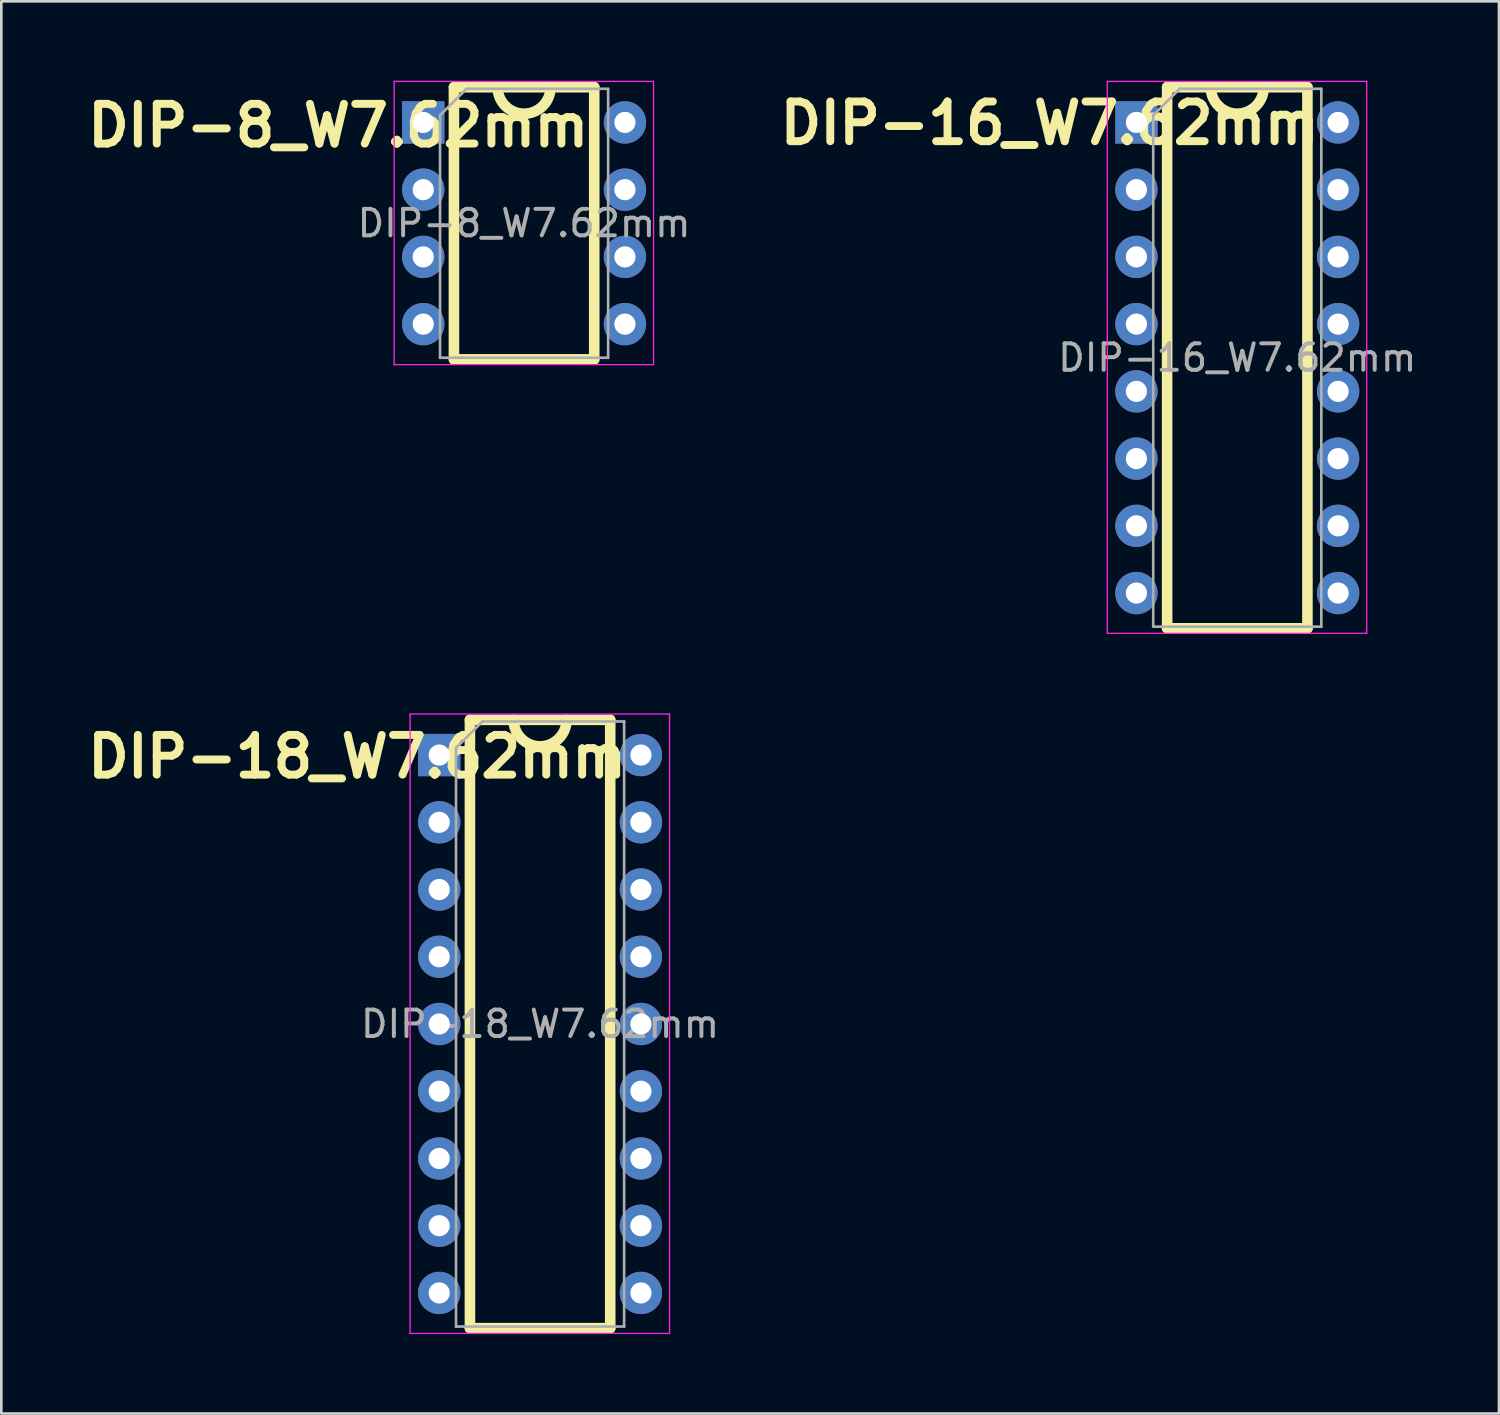
<source format=kicad_pcb>
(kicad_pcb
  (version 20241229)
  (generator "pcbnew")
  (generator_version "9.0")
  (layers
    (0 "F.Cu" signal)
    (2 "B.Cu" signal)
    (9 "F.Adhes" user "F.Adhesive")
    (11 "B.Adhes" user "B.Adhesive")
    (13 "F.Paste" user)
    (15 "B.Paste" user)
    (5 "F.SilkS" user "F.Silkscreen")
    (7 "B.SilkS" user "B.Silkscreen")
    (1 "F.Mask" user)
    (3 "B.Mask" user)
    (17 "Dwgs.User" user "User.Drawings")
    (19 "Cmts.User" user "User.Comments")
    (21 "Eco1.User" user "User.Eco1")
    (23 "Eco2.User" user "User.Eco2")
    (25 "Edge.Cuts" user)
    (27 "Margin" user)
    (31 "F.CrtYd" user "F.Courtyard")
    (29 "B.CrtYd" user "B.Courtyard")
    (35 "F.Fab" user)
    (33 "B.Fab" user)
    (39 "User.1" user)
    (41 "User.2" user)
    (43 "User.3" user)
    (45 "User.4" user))
  (footprint "DIP-8_W7.62mm"
    (layer "F.Cu")
    (at 12.939 1.575)
    (property "Reference" "DIP-8_W7.62mm" (at -3.21 0.12 0) (layer "F.SilkS") (effects (font (size 1.5 1.5) (thickness 0.3) (bold yes))))
    (attr through_hole)
    (fp_line (start 1.16 -1.33) (end 1.16 8.95) (stroke (width 0.4) (type solid)) (layer "F.SilkS"))
    (fp_line (start 1.16 8.95) (end 6.46 8.95) (stroke (width 0.4) (type solid)) (layer "F.SilkS"))
    (fp_line (start 2.81 -1.33) (end 1.16 -1.33) (stroke (width 0.4) (type solid)) (layer "F.SilkS"))
    (fp_line (start 4.81 -1.33) (end 2.81 -1.33) (stroke (width 0.4) (type default)) (layer "F.SilkS"))
    (fp_line (start 6.46 -1.33) (end 4.81 -1.33) (stroke (width 0.4) (type solid)) (layer "F.SilkS"))
    (fp_line (start 6.46 8.95) (end 6.46 -1.33) (stroke (width 0.4) (type solid)) (layer "F.SilkS"))
    (fp_arc (start 4.81 -1.33) (mid 3.81 -0.33) (end 2.81 -1.33) (stroke (width 0.4) (type solid)) (layer "F.SilkS"))
    (fp_line (start -1.1 -1.55) (end -1.1 9.15) (stroke (width 0.05) (type solid)) (layer "F.CrtYd"))
    (fp_line (start -1.1 9.15) (end 8.7 9.15) (stroke (width 0.05) (type solid)) (layer "F.CrtYd"))
    (fp_line (start 8.7 -1.55) (end -1.1 -1.55) (stroke (width 0.05) (type solid)) (layer "F.CrtYd"))
    (fp_line (start 8.7 9.15) (end 8.7 -1.55) (stroke (width 0.05) (type solid)) (layer "F.CrtYd"))
    (fp_line (start 0.635 -0.27) (end 1.635 -1.27) (stroke (width 0.1) (type solid)) (layer "F.Fab"))
    (fp_line (start 0.635 8.89) (end 0.635 -0.27) (stroke (width 0.1) (type solid)) (layer "F.Fab"))
    (fp_line (start 1.635 -1.27) (end 6.985 -1.27) (stroke (width 0.1) (type solid)) (layer "F.Fab"))
    (fp_line (start 6.985 -1.27) (end 6.985 8.89) (stroke (width 0.1) (type solid)) (layer "F.Fab"))
    (fp_line (start 6.985 8.89) (end 0.635 8.89) (stroke (width 0.1) (type solid)) (layer "F.Fab"))
    (fp_text user "${REFERENCE}" (at 3.81 3.81 0) (layer "F.Fab") (effects (font (size 1 1) (thickness 0.15))))
    (pad "1" thru_hole rect (at 0 0) (size 1.6 1.6) (drill 0.8) (layers "*.Cu" "*.Mask"))
    (pad "2" thru_hole oval (at 0 2.54) (size 1.6 1.6) (drill 0.8) (layers "*.Cu" "*.Mask"))
    (pad "3" thru_hole oval (at 0 5.08) (size 1.6 1.6) (drill 0.8) (layers "*.Cu" "*.Mask"))
    (pad "4" thru_hole oval (at 0 7.62) (size 1.6 1.6) (drill 0.8) (layers "*.Cu" "*.Mask"))
    (pad "5" thru_hole oval (at 7.62 7.62) (size 1.6 1.6) (drill 0.8) (layers "*.Cu" "*.Mask"))
    (pad "6" thru_hole oval (at 7.62 5.08) (size 1.6 1.6) (drill 0.8) (layers "*.Cu" "*.Mask"))
    (pad "7" thru_hole oval (at 7.62 2.54) (size 1.6 1.6) (drill 0.8) (layers "*.Cu" "*.Mask"))
    (pad "8" thru_hole oval (at 7.62 0) (size 1.6 1.6) (drill 0.8) (layers "*.Cu" "*.Mask")))
  (footprint "DIP-16_W7.62mm"
    (layer "F.Cu")
    (at 39.882 1.575)
    (property "Reference" "DIP-16_W7.62mm" (at -3.28 0.03 0) (layer "F.SilkS") (effects (font (size 1.5 1.5) (thickness 0.3) (bold yes))))
    (attr through_hole)
    (fp_line (start 1.16 -1.33) (end 1.16 19.11) (stroke (width 0.4) (type solid)) (layer "F.SilkS"))
    (fp_line (start 1.16 19.11) (end 6.46 19.11) (stroke (width 0.4) (type solid)) (layer "F.SilkS"))
    (fp_line (start 2.81 -1.33) (end 1.16 -1.33) (stroke (width 0.4) (type solid)) (layer "F.SilkS"))
    (fp_line (start 2.81 -1.33) (end 4.81 -1.33) (stroke (width 0.4) (type default)) (layer "F.SilkS"))
    (fp_line (start 6.46 -1.33) (end 4.81 -1.33) (stroke (width 0.4) (type solid)) (layer "F.SilkS"))
    (fp_line (start 6.46 19.11) (end 6.46 -1.33) (stroke (width 0.4) (type solid)) (layer "F.SilkS"))
    (fp_arc (start 4.81 -1.33) (mid 3.81 -0.33) (end 2.81 -1.33) (stroke (width 0.4) (type solid)) (layer "F.SilkS"))
    (fp_line (start -1.1 -1.55) (end -1.1 19.3) (stroke (width 0.05) (type solid)) (layer "F.CrtYd"))
    (fp_line (start -1.1 19.3) (end 8.7 19.3) (stroke (width 0.05) (type solid)) (layer "F.CrtYd"))
    (fp_line (start 8.7 -1.55) (end -1.1 -1.55) (stroke (width 0.05) (type solid)) (layer "F.CrtYd"))
    (fp_line (start 8.7 19.3) (end 8.7 -1.55) (stroke (width 0.05) (type solid)) (layer "F.CrtYd"))
    (fp_line (start 0.635 -0.27) (end 1.635 -1.27) (stroke (width 0.1) (type solid)) (layer "F.Fab"))
    (fp_line (start 0.635 19.05) (end 0.635 -0.27) (stroke (width 0.1) (type solid)) (layer "F.Fab"))
    (fp_line (start 1.635 -1.27) (end 6.985 -1.27) (stroke (width 0.1) (type solid)) (layer "F.Fab"))
    (fp_line (start 6.985 -1.27) (end 6.985 19.05) (stroke (width 0.1) (type solid)) (layer "F.Fab"))
    (fp_line (start 6.985 19.05) (end 0.635 19.05) (stroke (width 0.1) (type solid)) (layer "F.Fab"))
    (fp_text user "${REFERENCE}" (at 3.81 8.89 0) (layer "F.Fab") (effects (font (size 1 1) (thickness 0.15))))
    (pad "1" thru_hole rect (at 0 0) (size 1.6 1.6) (drill 0.8) (layers "*.Cu" "*.Mask"))
    (pad "2" thru_hole oval (at 0 2.54) (size 1.6 1.6) (drill 0.8) (layers "*.Cu" "*.Mask"))
    (pad "3" thru_hole oval (at 0 5.08) (size 1.6 1.6) (drill 0.8) (layers "*.Cu" "*.Mask"))
    (pad "4" thru_hole oval (at 0 7.62) (size 1.6 1.6) (drill 0.8) (layers "*.Cu" "*.Mask"))
    (pad "5" thru_hole oval (at 0 10.16) (size 1.6 1.6) (drill 0.8) (layers "*.Cu" "*.Mask"))
    (pad "6" thru_hole oval (at 0 12.7) (size 1.6 1.6) (drill 0.8) (layers "*.Cu" "*.Mask"))
    (pad "7" thru_hole oval (at 0 15.24) (size 1.6 1.6) (drill 0.8) (layers "*.Cu" "*.Mask"))
    (pad "8" thru_hole oval (at 0 17.78) (size 1.6 1.6) (drill 0.8) (layers "*.Cu" "*.Mask"))
    (pad "9" thru_hole oval (at 7.62 17.78) (size 1.6 1.6) (drill 0.8) (layers "*.Cu" "*.Mask"))
    (pad "10" thru_hole oval (at 7.62 15.24) (size 1.6 1.6) (drill 0.8) (layers "*.Cu" "*.Mask"))
    (pad "11" thru_hole oval (at 7.62 12.7) (size 1.6 1.6) (drill 0.8) (layers "*.Cu" "*.Mask"))
    (pad "12" thru_hole oval (at 7.62 10.16) (size 1.6 1.6) (drill 0.8) (layers "*.Cu" "*.Mask"))
    (pad "13" thru_hole oval (at 7.62 7.62) (size 1.6 1.6) (drill 0.8) (layers "*.Cu" "*.Mask"))
    (pad "14" thru_hole oval (at 7.62 5.08) (size 1.6 1.6) (drill 0.8) (layers "*.Cu" "*.Mask"))
    (pad "15" thru_hole oval (at 7.62 2.54) (size 1.6 1.6) (drill 0.8) (layers "*.Cu" "*.Mask"))
    (pad "16" thru_hole oval (at 7.62 0) (size 1.6 1.6) (drill 0.8) (layers "*.Cu" "*.Mask")))
  (footprint "DIP-18_W7.62mm"
    (layer "F.Cu")
    (at 13.543 25.475)
    (property "Reference" "DIP-18_W7.62mm" (at -3.1 0.06 0) (layer "F.SilkS") (effects (font (size 1.5 1.5) (thickness 0.3) (bold yes))))
    (attr through_hole)
    (fp_line (start 1.16 -1.33) (end 1.16 21.65) (stroke (width 0.4) (type solid)) (layer "F.SilkS"))
    (fp_line (start 1.16 21.65) (end 6.46 21.65) (stroke (width 0.4) (type solid)) (layer "F.SilkS"))
    (fp_line (start 2.81 -1.33) (end 1.16 -1.33) (stroke (width 0.4) (type solid)) (layer "F.SilkS"))
    (fp_line (start 2.81 -1.33) (end 4.81 -1.33) (stroke (width 0.4) (type default)) (layer "F.SilkS"))
    (fp_line (start 6.46 -1.33) (end 4.81 -1.33) (stroke (width 0.4) (type solid)) (layer "F.SilkS"))
    (fp_line (start 6.46 21.65) (end 6.46 -1.33) (stroke (width 0.4) (type solid)) (layer "F.SilkS"))
    (fp_arc (start 4.81 -1.33) (mid 3.81 -0.33) (end 2.81 -1.33) (stroke (width 0.4) (type solid)) (layer "F.SilkS"))
    (fp_line (start -1.1 -1.55) (end -1.1 21.85) (stroke (width 0.05) (type solid)) (layer "F.CrtYd"))
    (fp_line (start -1.1 21.85) (end 8.7 21.85) (stroke (width 0.05) (type solid)) (layer "F.CrtYd"))
    (fp_line (start 8.7 -1.55) (end -1.1 -1.55) (stroke (width 0.05) (type solid)) (layer "F.CrtYd"))
    (fp_line (start 8.7 21.85) (end 8.7 -1.55) (stroke (width 0.05) (type solid)) (layer "F.CrtYd"))
    (fp_line (start 0.635 -0.27) (end 1.635 -1.27) (stroke (width 0.1) (type solid)) (layer "F.Fab"))
    (fp_line (start 0.635 21.59) (end 0.635 -0.27) (stroke (width 0.1) (type solid)) (layer "F.Fab"))
    (fp_line (start 1.635 -1.27) (end 6.985 -1.27) (stroke (width 0.1) (type solid)) (layer "F.Fab"))
    (fp_line (start 6.985 -1.27) (end 6.985 21.59) (stroke (width 0.1) (type solid)) (layer "F.Fab"))
    (fp_line (start 6.985 21.59) (end 0.635 21.59) (stroke (width 0.1) (type solid)) (layer "F.Fab"))
    (fp_text user "${REFERENCE}" (at 3.81 10.16 0) (layer "F.Fab") (effects (font (size 1 1) (thickness 0.15))))
    (pad "1" thru_hole rect (at 0 0) (size 1.6 1.6) (drill 0.8) (layers "*.Cu" "*.Mask"))
    (pad "2" thru_hole oval (at 0 2.54) (size 1.6 1.6) (drill 0.8) (layers "*.Cu" "*.Mask"))
    (pad "3" thru_hole oval (at 0 5.08) (size 1.6 1.6) (drill 0.8) (layers "*.Cu" "*.Mask"))
    (pad "4" thru_hole oval (at 0 7.62) (size 1.6 1.6) (drill 0.8) (layers "*.Cu" "*.Mask"))
    (pad "5" thru_hole oval (at 0 10.16) (size 1.6 1.6) (drill 0.8) (layers "*.Cu" "*.Mask"))
    (pad "6" thru_hole oval (at 0 12.7) (size 1.6 1.6) (drill 0.8) (layers "*.Cu" "*.Mask"))
    (pad "7" thru_hole oval (at 0 15.24) (size 1.6 1.6) (drill 0.8) (layers "*.Cu" "*.Mask"))
    (pad "8" thru_hole oval (at 0 17.78) (size 1.6 1.6) (drill 0.8) (layers "*.Cu" "*.Mask"))
    (pad "9" thru_hole oval (at 0 20.32) (size 1.6 1.6) (drill 0.8) (layers "*.Cu" "*.Mask"))
    (pad "10" thru_hole oval (at 7.62 20.32) (size 1.6 1.6) (drill 0.8) (layers "*.Cu" "*.Mask"))
    (pad "11" thru_hole oval (at 7.62 17.78) (size 1.6 1.6) (drill 0.8) (layers "*.Cu" "*.Mask"))
    (pad "12" thru_hole oval (at 7.62 15.24) (size 1.6 1.6) (drill 0.8) (layers "*.Cu" "*.Mask"))
    (pad "13" thru_hole oval (at 7.62 12.7) (size 1.6 1.6) (drill 0.8) (layers "*.Cu" "*.Mask"))
    (pad "14" thru_hole oval (at 7.62 10.16) (size 1.6 1.6) (drill 0.8) (layers "*.Cu" "*.Mask"))
    (pad "15" thru_hole oval (at 7.62 7.62) (size 1.6 1.6) (drill 0.8) (layers "*.Cu" "*.Mask"))
    (pad "16" thru_hole oval (at 7.62 5.08) (size 1.6 1.6) (drill 0.8) (layers "*.Cu" "*.Mask"))
    (pad "17" thru_hole oval (at 7.62 2.54) (size 1.6 1.6) (drill 0.8) (layers "*.Cu" "*.Mask"))
    (pad "18" thru_hole oval (at 7.62 0) (size 1.6 1.6) (drill 0.8) (layers "*.Cu" "*.Mask")))
  (gr_rect
    (start -3 -3)
    (end 53.579 50.35)
    (stroke (width 0.1) (type default))
    (fill no)
    (layer "Edge.Cuts")))
</source>
